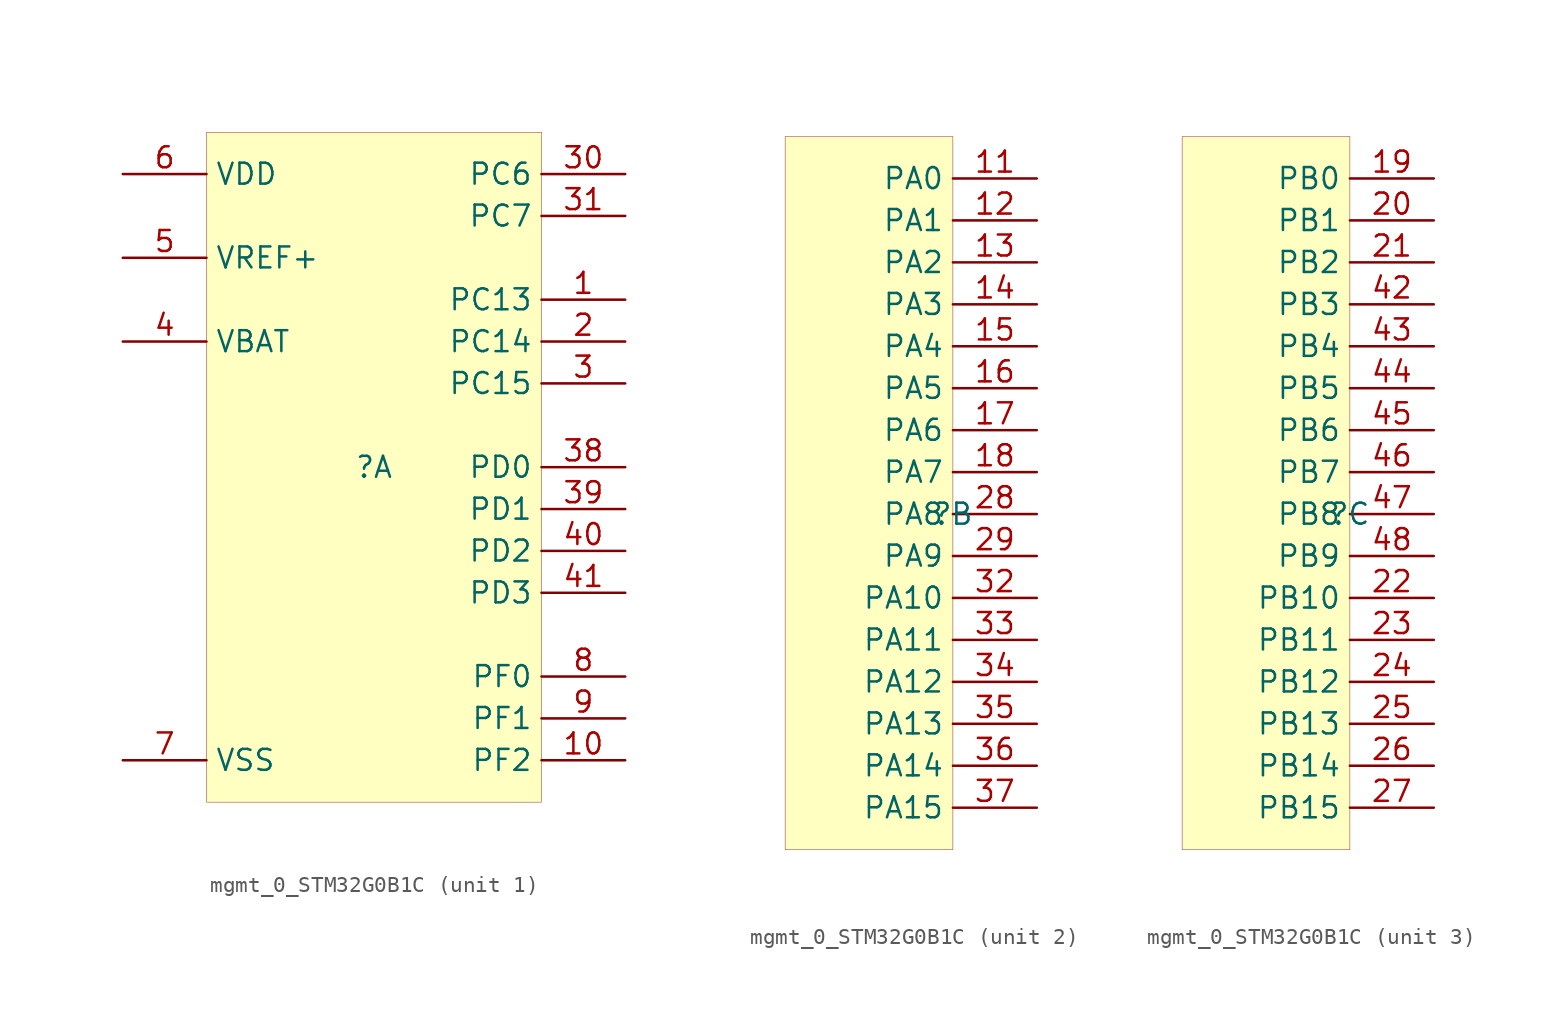
<source format=kicad_sym>
(kicad_symbol_lib
  (version 20231120)
  (generator "kicad_symbol_editor")
  (generator_version "7.99")
  (symbol "mgmt_0_STM32G0B1C"
    (property "Reference" ""
      (at 0 0 0)
      (effects (font (size 1.27 1.27))))
    (property "Value" ""
      (at 0 0 0)
      (effects (font (size 1.27 1.27))))
    (symbol "mgmt_0_STM32G0B1C_1_0"
      (rectangle (start 10.16 20.32) (end -10.16 -20.32) (stroke (width 0.025) (type solid) (color 128 0 0 1)) (fill (type background)))
      (pin passive line (at 15.24 10.16 180) (length 5.08) (name "PC13" (effects (font (size 1.27 1.27)))) (number "1" (effects (font (size 1.27 1.27)))))
      (pin passive line (at 15.24 -17.78 180) (length 5.08) (name "PF2" (effects (font (size 1.27 1.27)))) (number "10" (effects (font (size 1.27 1.27)))))
      (pin passive line (at 15.24 7.62 180) (length 5.08) (name "PC14" (effects (font (size 1.27 1.27)))) (number "2" (effects (font (size 1.27 1.27)))))
      (pin passive line (at 15.24 5.08 180) (length 5.08) (name "PC15" (effects (font (size 1.27 1.27)))) (number "3" (effects (font (size 1.27 1.27)))))
      (pin passive line (at 15.24 17.78 180) (length 5.08) (name "PC6" (effects (font (size 1.27 1.27)))) (number "30" (effects (font (size 1.27 1.27)))))
      (pin passive line (at 15.24 15.24 180) (length 5.08) (name "PC7" (effects (font (size 1.27 1.27)))) (number "31" (effects (font (size 1.27 1.27)))))
      (pin passive line (at 15.24 0 180) (length 5.08) (name "PD0" (effects (font (size 1.27 1.27)))) (number "38" (effects (font (size 1.27 1.27)))))
      (pin passive line (at 15.24 -2.54 180) (length 5.08) (name "PD1" (effects (font (size 1.27 1.27)))) (number "39" (effects (font (size 1.27 1.27)))))
      (pin passive line (at -15.24 7.62 0) (length 5.08) (name "VBAT" (effects (font (size 1.27 1.27)))) (number "4" (effects (font (size 1.27 1.27)))))
      (pin passive line (at 15.24 -5.08 180) (length 5.08) (name "PD2" (effects (font (size 1.27 1.27)))) (number "40" (effects (font (size 1.27 1.27)))))
      (pin passive line (at 15.24 -7.62 180) (length 5.08) (name "PD3" (effects (font (size 1.27 1.27)))) (number "41" (effects (font (size 1.27 1.27)))))
      (pin passive line (at -15.24 12.7 0) (length 5.08) (name "VREF+" (effects (font (size 1.27 1.27)))) (number "5" (effects (font (size 1.27 1.27)))))
      (pin passive line (at -15.24 17.78 0) (length 5.08) (name "VDD" (effects (font (size 1.27 1.27)))) (number "6" (effects (font (size 1.27 1.27)))))
      (pin passive line (at -15.24 -17.78 0) (length 5.08) (name "VSS" (effects (font (size 1.27 1.27)))) (number "7" (effects (font (size 1.27 1.27)))))
      (pin passive line (at 15.24 -12.7 180) (length 5.08) (name "PF0" (effects (font (size 1.27 1.27)))) (number "8" (effects (font (size 1.27 1.27)))))
      (pin passive line (at 15.24 -15.24 180) (length 5.08) (name "PF1" (effects (font (size 1.27 1.27)))) (number "9" (effects (font (size 1.27 1.27))))))
    (symbol "mgmt_0_STM32G0B1C_2_0"
      (rectangle (start 0 22.86) (end -10.16 -20.32) (stroke (width 0.025) (type solid) (color 128 0 0 1)) (fill (type background)))
      (pin passive line (at 5.08 20.32 180) (length 5.08) (name "PA0" (effects (font (size 1.27 1.27)))) (number "11" (effects (font (size 1.27 1.27)))))
      (pin passive line (at 5.08 17.78 180) (length 5.08) (name "PA1" (effects (font (size 1.27 1.27)))) (number "12" (effects (font (size 1.27 1.27)))))
      (pin passive line (at 5.08 15.24 180) (length 5.08) (name "PA2" (effects (font (size 1.27 1.27)))) (number "13" (effects (font (size 1.27 1.27)))))
      (pin passive line (at 5.08 12.7 180) (length 5.08) (name "PA3" (effects (font (size 1.27 1.27)))) (number "14" (effects (font (size 1.27 1.27)))))
      (pin passive line (at 5.08 10.16 180) (length 5.08) (name "PA4" (effects (font (size 1.27 1.27)))) (number "15" (effects (font (size 1.27 1.27)))))
      (pin passive line (at 5.08 7.62 180) (length 5.08) (name "PA5" (effects (font (size 1.27 1.27)))) (number "16" (effects (font (size 1.27 1.27)))))
      (pin passive line (at 5.08 5.08 180) (length 5.08) (name "PA6" (effects (font (size 1.27 1.27)))) (number "17" (effects (font (size 1.27 1.27)))))
      (pin passive line (at 5.08 2.54 180) (length 5.08) (name "PA7" (effects (font (size 1.27 1.27)))) (number "18" (effects (font (size 1.27 1.27)))))
      (pin passive line (at 5.08 0 180) (length 5.08) (name "PA8" (effects (font (size 1.27 1.27)))) (number "28" (effects (font (size 1.27 1.27)))))
      (pin passive line (at 5.08 -2.54 180) (length 5.08) (name "PA9" (effects (font (size 1.27 1.27)))) (number "29" (effects (font (size 1.27 1.27)))))
      (pin passive line (at 5.08 -5.08 180) (length 5.08) (name "PA10" (effects (font (size 1.27 1.27)))) (number "32" (effects (font (size 1.27 1.27)))))
      (pin passive line (at 5.08 -7.62 180) (length 5.08) (name "PA11" (effects (font (size 1.27 1.27)))) (number "33" (effects (font (size 1.27 1.27)))))
      (pin passive line (at 5.08 -10.16 180) (length 5.08) (name "PA12" (effects (font (size 1.27 1.27)))) (number "34" (effects (font (size 1.27 1.27)))))
      (pin passive line (at 5.08 -12.7 180) (length 5.08) (name "PA13" (effects (font (size 1.27 1.27)))) (number "35" (effects (font (size 1.27 1.27)))))
      (pin passive line (at 5.08 -15.24 180) (length 5.08) (name "PA14" (effects (font (size 1.27 1.27)))) (number "36" (effects (font (size 1.27 1.27)))))
      (pin passive line (at 5.08 -17.78 180) (length 5.08) (name "PA15" (effects (font (size 1.27 1.27)))) (number "37" (effects (font (size 1.27 1.27))))))
    (symbol "mgmt_0_STM32G0B1C_3_0"
      (rectangle (start 0 22.86) (end -10.16 -20.32) (stroke (width 0.025) (type solid) (color 128 0 0 1)) (fill (type background)))
      (pin passive line (at 5.08 20.32 180) (length 5.08) (name "PB0" (effects (font (size 1.27 1.27)))) (number "19" (effects (font (size 1.27 1.27)))))
      (pin passive line (at 5.08 17.78 180) (length 5.08) (name "PB1" (effects (font (size 1.27 1.27)))) (number "20" (effects (font (size 1.27 1.27)))))
      (pin passive line (at 5.08 15.24 180) (length 5.08) (name "PB2" (effects (font (size 1.27 1.27)))) (number "21" (effects (font (size 1.27 1.27)))))
      (pin passive line (at 5.08 -5.08 180) (length 5.08) (name "PB10" (effects (font (size 1.27 1.27)))) (number "22" (effects (font (size 1.27 1.27)))))
      (pin passive line (at 5.08 -7.62 180) (length 5.08) (name "PB11" (effects (font (size 1.27 1.27)))) (number "23" (effects (font (size 1.27 1.27)))))
      (pin passive line (at 5.08 -10.16 180) (length 5.08) (name "PB12" (effects (font (size 1.27 1.27)))) (number "24" (effects (font (size 1.27 1.27)))))
      (pin passive line (at 5.08 -12.7 180) (length 5.08) (name "PB13" (effects (font (size 1.27 1.27)))) (number "25" (effects (font (size 1.27 1.27)))))
      (pin passive line (at 5.08 -15.24 180) (length 5.08) (name "PB14" (effects (font (size 1.27 1.27)))) (number "26" (effects (font (size 1.27 1.27)))))
      (pin passive line (at 5.08 -17.78 180) (length 5.08) (name "PB15" (effects (font (size 1.27 1.27)))) (number "27" (effects (font (size 1.27 1.27)))))
      (pin passive line (at 5.08 12.7 180) (length 5.08) (name "PB3" (effects (font (size 1.27 1.27)))) (number "42" (effects (font (size 1.27 1.27)))))
      (pin passive line (at 5.08 10.16 180) (length 5.08) (name "PB4" (effects (font (size 1.27 1.27)))) (number "43" (effects (font (size 1.27 1.27)))))
      (pin passive line (at 5.08 7.62 180) (length 5.08) (name "PB5" (effects (font (size 1.27 1.27)))) (number "44" (effects (font (size 1.27 1.27)))))
      (pin passive line (at 5.08 5.08 180) (length 5.08) (name "PB6" (effects (font (size 1.27 1.27)))) (number "45" (effects (font (size 1.27 1.27)))))
      (pin passive line (at 5.08 2.54 180) (length 5.08) (name "PB7" (effects (font (size 1.27 1.27)))) (number "46" (effects (font (size 1.27 1.27)))))
      (pin passive line (at 5.08 0 180) (length 5.08) (name "PB8" (effects (font (size 1.27 1.27)))) (number "47" (effects (font (size 1.27 1.27)))))
      (pin passive line (at 5.08 -2.54 180) (length 5.08) (name "PB9" (effects (font (size 1.27 1.27)))) (number "48" (effects (font (size 1.27 1.27))))))))
</source>
